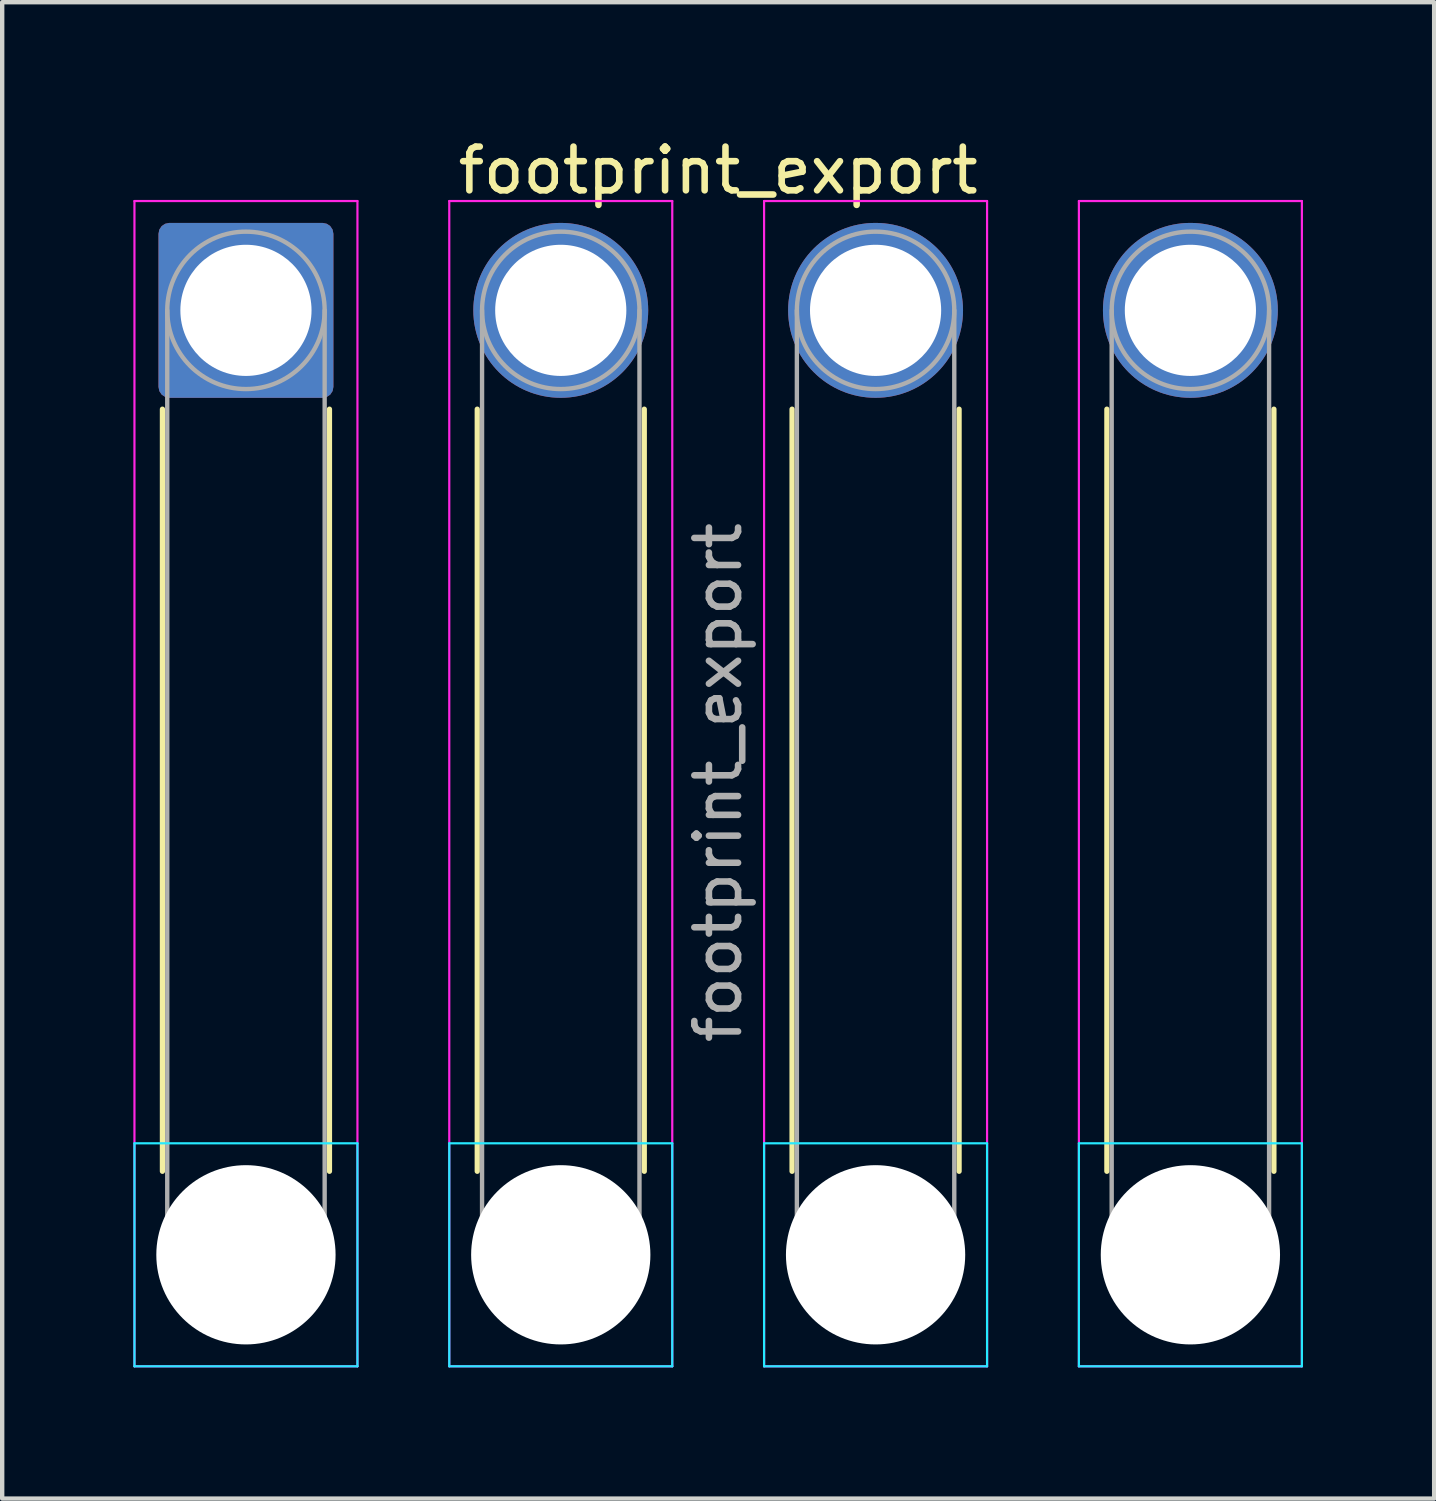
<source format=kicad_pcb>
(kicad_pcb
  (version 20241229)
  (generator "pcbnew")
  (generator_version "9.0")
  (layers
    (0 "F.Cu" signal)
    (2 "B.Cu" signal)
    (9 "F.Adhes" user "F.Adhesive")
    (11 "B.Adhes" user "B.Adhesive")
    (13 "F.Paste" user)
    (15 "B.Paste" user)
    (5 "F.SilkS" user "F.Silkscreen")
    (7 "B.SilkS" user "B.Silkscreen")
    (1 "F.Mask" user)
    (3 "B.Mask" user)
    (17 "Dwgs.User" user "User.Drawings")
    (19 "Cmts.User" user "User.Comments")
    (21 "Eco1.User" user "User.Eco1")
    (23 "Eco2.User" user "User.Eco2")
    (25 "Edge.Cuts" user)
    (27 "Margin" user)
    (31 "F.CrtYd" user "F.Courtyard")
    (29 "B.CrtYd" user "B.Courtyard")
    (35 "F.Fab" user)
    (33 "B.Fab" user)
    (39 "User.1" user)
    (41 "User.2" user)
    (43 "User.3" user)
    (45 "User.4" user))
  (footprint "footprint_export"
    (layer "F.Cu")
    (at 2.575 4.048)
    (property "Reference" "footprint_export" (at 10.8 -3.2 0) (layer "F.SilkS") (effects (font (size 1 1) (thickness 0.15))))
    (attr exclude_from_pos_files exclude_from_bom)
    (fp_line (start -1.91 2.26) (end -1.91 19.69) (stroke (width 0.12) (type solid)) (layer "F.SilkS"))
    (fp_line (start 1.91 2.26) (end 1.91 19.69) (stroke (width 0.12) (type solid)) (layer "F.SilkS"))
    (fp_line (start 5.29 2.26) (end 5.29 19.69) (stroke (width 0.12) (type solid)) (layer "F.SilkS"))
    (fp_line (start 9.11 2.26) (end 9.11 19.69) (stroke (width 0.12) (type solid)) (layer "F.SilkS"))
    (fp_line (start 12.49 2.26) (end 12.49 19.69) (stroke (width 0.12) (type solid)) (layer "F.SilkS"))
    (fp_line (start 16.31 2.26) (end 16.31 19.69) (stroke (width 0.12) (type solid)) (layer "F.SilkS"))
    (fp_line (start 19.69 2.26) (end 19.69 19.69) (stroke (width 0.12) (type solid)) (layer "F.SilkS"))
    (fp_line (start 23.51 2.26) (end 23.51 19.69) (stroke (width 0.12) (type solid)) (layer "F.SilkS"))
    (fp_line (start -2.55 19.05) (end -2.55 24.15) (stroke (width 0.05) (type solid)) (layer "B.CrtYd"))
    (fp_line (start -2.55 24.15) (end 2.55 24.15) (stroke (width 0.05) (type solid)) (layer "B.CrtYd"))
    (fp_line (start 2.55 19.05) (end -2.55 19.05) (stroke (width 0.05) (type solid)) (layer "B.CrtYd"))
    (fp_line (start 2.55 24.15) (end 2.55 19.05) (stroke (width 0.05) (type solid)) (layer "B.CrtYd"))
    (fp_line (start 4.65 19.05) (end 4.65 24.15) (stroke (width 0.05) (type solid)) (layer "B.CrtYd"))
    (fp_line (start 4.65 24.15) (end 9.75 24.15) (stroke (width 0.05) (type solid)) (layer "B.CrtYd"))
    (fp_line (start 9.75 19.05) (end 4.65 19.05) (stroke (width 0.05) (type solid)) (layer "B.CrtYd"))
    (fp_line (start 9.75 24.15) (end 9.75 19.05) (stroke (width 0.05) (type solid)) (layer "B.CrtYd"))
    (fp_line (start 11.85 19.05) (end 11.85 24.15) (stroke (width 0.05) (type solid)) (layer "B.CrtYd"))
    (fp_line (start 11.85 24.15) (end 16.95 24.15) (stroke (width 0.05) (type solid)) (layer "B.CrtYd"))
    (fp_line (start 16.95 19.05) (end 11.85 19.05) (stroke (width 0.05) (type solid)) (layer "B.CrtYd"))
    (fp_line (start 16.95 24.15) (end 16.95 19.05) (stroke (width 0.05) (type solid)) (layer "B.CrtYd"))
    (fp_line (start 19.05 19.05) (end 19.05 24.15) (stroke (width 0.05) (type solid)) (layer "B.CrtYd"))
    (fp_line (start 19.05 24.15) (end 24.15 24.15) (stroke (width 0.05) (type solid)) (layer "B.CrtYd"))
    (fp_line (start 24.15 19.05) (end 19.05 19.05) (stroke (width 0.05) (type solid)) (layer "B.CrtYd"))
    (fp_line (start 24.15 24.15) (end 24.15 19.05) (stroke (width 0.05) (type solid)) (layer "B.CrtYd"))
    (fp_line (start -2.55 -2.5) (end -2.55 24.15) (stroke (width 0.05) (type solid)) (layer "F.CrtYd"))
    (fp_line (start -2.55 24.15) (end 2.55 24.15) (stroke (width 0.05) (type solid)) (layer "F.CrtYd"))
    (fp_line (start 2.55 -2.5) (end -2.55 -2.5) (stroke (width 0.05) (type solid)) (layer "F.CrtYd"))
    (fp_line (start 2.55 24.15) (end 2.55 -2.5) (stroke (width 0.05) (type solid)) (layer "F.CrtYd"))
    (fp_line (start 4.65 -2.5) (end 4.65 24.15) (stroke (width 0.05) (type solid)) (layer "F.CrtYd"))
    (fp_line (start 4.65 24.15) (end 9.75 24.15) (stroke (width 0.05) (type solid)) (layer "F.CrtYd"))
    (fp_line (start 9.75 -2.5) (end 4.65 -2.5) (stroke (width 0.05) (type solid)) (layer "F.CrtYd"))
    (fp_line (start 9.75 24.15) (end 9.75 -2.5) (stroke (width 0.05) (type solid)) (layer "F.CrtYd"))
    (fp_line (start 11.85 -2.5) (end 11.85 24.15) (stroke (width 0.05) (type solid)) (layer "F.CrtYd"))
    (fp_line (start 11.85 24.15) (end 16.95 24.15) (stroke (width 0.05) (type solid)) (layer "F.CrtYd"))
    (fp_line (start 16.95 -2.5) (end 11.85 -2.5) (stroke (width 0.05) (type solid)) (layer "F.CrtYd"))
    (fp_line (start 16.95 24.15) (end 16.95 -2.5) (stroke (width 0.05) (type solid)) (layer "F.CrtYd"))
    (fp_line (start 19.05 -2.5) (end 19.05 24.15) (stroke (width 0.05) (type solid)) (layer "F.CrtYd"))
    (fp_line (start 19.05 24.15) (end 24.15 24.15) (stroke (width 0.05) (type solid)) (layer "F.CrtYd"))
    (fp_line (start 24.15 -2.5) (end 19.05 -2.5) (stroke (width 0.05) (type solid)) (layer "F.CrtYd"))
    (fp_line (start 24.15 24.15) (end 24.15 -2.5) (stroke (width 0.05) (type solid)) (layer "F.CrtYd"))
    (fp_line (start -1.8 0) (end -1.8 21.6) (stroke (width 0.1) (type solid)) (layer "F.Fab"))
    (fp_line (start 1.8 0) (end 1.8 21.6) (stroke (width 0.1) (type solid)) (layer "F.Fab"))
    (fp_line (start 5.4 0) (end 5.4 21.6) (stroke (width 0.1) (type solid)) (layer "F.Fab"))
    (fp_line (start 9 0) (end 9 21.6) (stroke (width 0.1) (type solid)) (layer "F.Fab"))
    (fp_line (start 12.6 0) (end 12.6 21.6) (stroke (width 0.1) (type solid)) (layer "F.Fab"))
    (fp_line (start 16.2 0) (end 16.2 21.6) (stroke (width 0.1) (type solid)) (layer "F.Fab"))
    (fp_line (start 19.8 0) (end 19.8 21.6) (stroke (width 0.1) (type solid)) (layer "F.Fab"))
    (fp_line (start 23.4 0) (end 23.4 21.6) (stroke (width 0.1) (type solid)) (layer "F.Fab"))
    (fp_circle (center 0 0) (end 1.8 0) (stroke (width 0.1) (type solid)) (fill no) (layer "F.Fab"))
    (fp_circle (center 0 21.6) (end 1.8 21.6) (stroke (width 0.1) (type solid)) (fill no) (layer "F.Fab"))
    (fp_circle (center 7.2 0) (end 9 0) (stroke (width 0.1) (type solid)) (fill no) (layer "F.Fab"))
    (fp_circle (center 7.2 21.6) (end 9 21.6) (stroke (width 0.1) (type solid)) (fill no) (layer "F.Fab"))
    (fp_circle (center 14.4 0) (end 16.2 0) (stroke (width 0.1) (type solid)) (fill no) (layer "F.Fab"))
    (fp_circle (center 14.4 21.6) (end 16.2 21.6) (stroke (width 0.1) (type solid)) (fill no) (layer "F.Fab"))
    (fp_circle (center 21.6 0) (end 23.4 0) (stroke (width 0.1) (type solid)) (fill no) (layer "F.Fab"))
    (fp_circle (center 21.6 21.6) (end 23.4 21.6) (stroke (width 0.1) (type solid)) (fill no) (layer "F.Fab"))
    (fp_text user "${REFERENCE}" (at 10.8 10.8 90) (layer "F.Fab") (effects (font (size 1 1) (thickness 0.15))))
    (pad "" np_thru_hole circle (at 0 21.6) (size 4.1 4.1) (drill 4.1) (layers "*.Cu" "*.Mask"))
    (pad "" np_thru_hole circle (at 7.2 21.6) (size 4.1 4.1) (drill 4.1) (layers "*.Cu" "*.Mask"))
    (pad "" np_thru_hole circle (at 14.4 21.6) (size 4.1 4.1) (drill 4.1) (layers "*.Cu" "*.Mask"))
    (pad "" np_thru_hole circle (at 21.6 21.6) (size 4.1 4.1) (drill 4.1) (layers "*.Cu" "*.Mask"))
    (pad "1" thru_hole roundrect (at 0 0) (size 4 4) (drill 3) (layers "*.Cu" "*.Mask") (roundrect_rratio 0.062))
    (pad "2" thru_hole circle (at 7.2 0) (size 4 4) (drill 3) (layers "*.Cu" "*.Mask"))
    (pad "3" thru_hole circle (at 14.4 0) (size 4 4) (drill 3) (layers "*.Cu" "*.Mask"))
    (pad "4" thru_hole circle (at 21.6 0) (size 4 4) (drill 3) (layers "*.Cu" "*.Mask")))
  (gr_rect
    (start -3 -3)
    (end 29.75 31.223)
    (stroke (width 0.1) (type default))
    (fill no)
    (layer "Edge.Cuts")))
</source>
